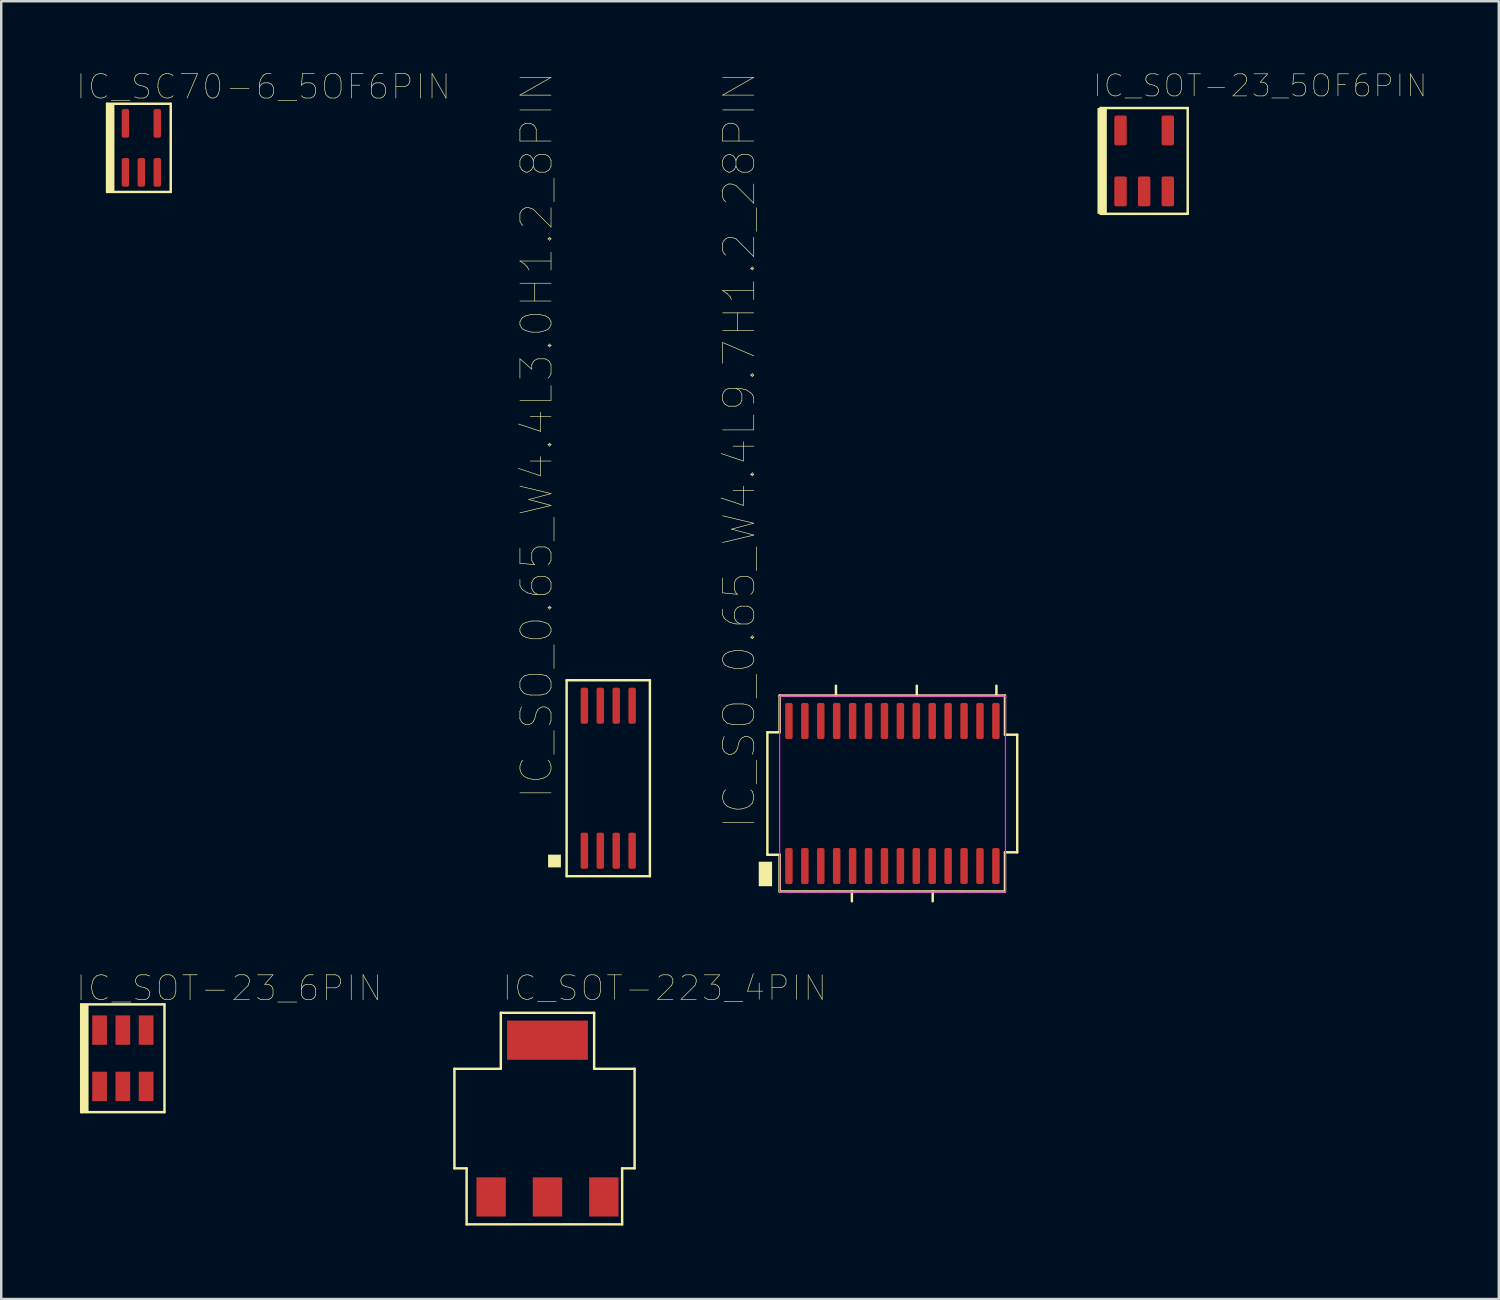
<source format=kicad_pcb>
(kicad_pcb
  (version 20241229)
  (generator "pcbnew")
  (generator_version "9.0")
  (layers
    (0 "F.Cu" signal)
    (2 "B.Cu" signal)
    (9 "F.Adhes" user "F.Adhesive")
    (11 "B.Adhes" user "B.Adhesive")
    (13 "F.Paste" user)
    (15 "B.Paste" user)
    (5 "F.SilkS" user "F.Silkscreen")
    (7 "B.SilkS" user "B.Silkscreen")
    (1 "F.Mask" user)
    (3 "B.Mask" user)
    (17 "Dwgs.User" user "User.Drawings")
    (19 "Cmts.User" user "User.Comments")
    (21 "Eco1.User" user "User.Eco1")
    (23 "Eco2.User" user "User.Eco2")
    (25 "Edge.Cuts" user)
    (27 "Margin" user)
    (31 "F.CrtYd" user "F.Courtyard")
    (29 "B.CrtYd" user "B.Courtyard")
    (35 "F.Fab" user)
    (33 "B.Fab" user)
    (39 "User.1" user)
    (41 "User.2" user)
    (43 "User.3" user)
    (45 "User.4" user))
  (footprint "IC_SOT-23_5OF6PIN"
    (layer "F.Cu")
    (at 43.662 3.52)
    (property "Reference" "IC_SOT-23_5OF6PIN" (at -2.133 -2.544 0) (unlocked yes) (layer "F.SilkS") (effects (font (size 0.9 0.9) (thickness 0.025)) (justify left bottom)))
    (fp_line (start -1.778 -2.159) (end 1.778 -2.159) (stroke (width 0.1) (type solid)) (layer "F.SilkS"))
    (fp_line (start -1.778 2.159) (end -1.778 -2.159) (stroke (width 0.1) (type solid)) (layer "F.SilkS"))
    (fp_line (start -1.778 2.159) (end 1.778 2.159) (stroke (width 0.1) (type solid)) (layer "F.SilkS"))
    (fp_line (start 1.778 2.159) (end 1.778 -2.159) (stroke (width 0.1) (type solid)) (layer "F.SilkS"))
    (fp_poly (pts (xy -1.905 2.159) (xy -1.524 2.159) (xy -1.524 -2.159) (xy -1.905 -2.159)) (stroke (width 0) (type default)) (fill yes) (layer "F.SilkS"))
    (pad "1" smd roundrect (at -0.965 1.245 90) (size 1.219 0.508) (layers "F.Cu" "F.Mask" "F.Paste") (roundrect_rratio 0.15))
    (pad "2" smd roundrect (at 0 1.245 90) (size 1.219 0.508) (layers "F.Cu" "F.Mask" "F.Paste") (roundrect_rratio 0.15))
    (pad "3" smd roundrect (at 0.965 1.245 90) (size 1.219 0.508) (layers "F.Cu" "F.Mask" "F.Paste") (roundrect_rratio 0.15))
    (pad "4" smd roundrect (at 0.965 -1.245 90) (size 1.219 0.508) (layers "F.Cu" "F.Mask" "F.Paste") (roundrect_rratio 0.15))
    (pad "5" smd roundrect (at -0.965 -1.245 90) (size 1.219 0.508) (layers "F.Cu" "F.Mask" "F.Paste") (roundrect_rratio 0.15)))
  (footprint "IC_SO_0.65_W4.4L9.7H1.2_28PIN"
    (layer "F.Cu")
    (at 33.379 29.346)
    (property "Reference" "IC_SO_0.65_W4.4L9.7H1.2_28PIN" (at -5.5 1.5 90) (unlocked yes) (layer "F.SilkS") (effects (font (size 1.27 1.27) (thickness 0.025)) (justify left bottom)))
    (fp_line (start -5.1 -2.5) (end -5.1 2.5) (stroke (width 0.1) (type solid)) (layer "F.SilkS"))
    (fp_line (start -5.1 -2.5) (end -4.6 -2.5) (stroke (width 0.1) (type solid)) (layer "F.SilkS"))
    (fp_line (start -5.1 2.5) (end -4.6 2.5) (stroke (width 0.1) (type solid)) (layer "F.SilkS"))
    (fp_line (start -4.6 -4) (end -4.6 -2.5) (stroke (width 0.1) (type solid)) (layer "F.SilkS"))
    (fp_line (start -4.6 -4) (end 4.6 -4) (stroke (width 0.1) (type solid)) (layer "F.SilkS"))
    (fp_line (start -4.6 2.5) (end -4.6 4) (stroke (width 0.1) (type solid)) (layer "F.SilkS"))
    (fp_line (start -4.6 4) (end 4.6 4) (stroke (width 0.1) (type solid)) (layer "F.SilkS"))
    (fp_line (start -2.3 -4.4) (end -2.3 -4) (stroke (width 0.1) (type solid)) (layer "F.SilkS"))
    (fp_line (start -1.65 4) (end -1.65 4.4) (stroke (width 0.1) (type solid)) (layer "F.SilkS"))
    (fp_line (start 1 -4.4) (end 1 -4) (stroke (width 0.1) (type solid)) (layer "F.SilkS"))
    (fp_line (start 1.65 4) (end 1.65 4.4) (stroke (width 0.1) (type solid)) (layer "F.SilkS"))
    (fp_line (start 4.25 -4.4) (end 4.25 -4) (stroke (width 0.1) (type solid)) (layer "F.SilkS"))
    (fp_line (start 4.6 -4) (end 4.6 -2.4) (stroke (width 0.1) (type solid)) (layer "F.SilkS"))
    (fp_line (start 4.6 -2.4) (end 5.1 -2.4) (stroke (width 0.1) (type solid)) (layer "F.SilkS"))
    (fp_line (start 4.6 2.4) (end 4.6 4) (stroke (width 0.1) (type solid)) (layer "F.SilkS"))
    (fp_line (start 4.6 2.4) (end 5.1 2.4) (stroke (width 0.1) (type solid)) (layer "F.SilkS"))
    (fp_line (start 5.1 -2.4) (end 5.1 2.4) (stroke (width 0.1) (type solid)) (layer "F.SilkS"))
    (fp_poly (pts (xy -5.452 2.785) (xy -5.452 3.785) (xy -4.908 3.785) (xy -4.908 2.785)) (stroke (width 0) (type default)) (fill yes) (layer "F.SilkS"))
    (fp_rect (start -4.6 -3.98) (end 4.62 4.02) (stroke (width 0.05) (type default)) (fill no) (layer "F.CrtYd"))
    (pad "1" smd roundrect (at -4.22 2.96 90) (size 1.473 0.305) (layers "F.Cu" "F.Mask" "F.Paste") (roundrect_rratio 0.25))
    (pad "2" smd roundrect (at -3.57 2.96 90) (size 1.473 0.305) (layers "F.Cu" "F.Mask" "F.Paste") (roundrect_rratio 0.25))
    (pad "3" smd roundrect (at -2.92 2.96 90) (size 1.473 0.305) (layers "F.Cu" "F.Mask" "F.Paste") (roundrect_rratio 0.25))
    (pad "4" smd roundrect (at -2.27 2.96 90) (size 1.473 0.305) (layers "F.Cu" "F.Mask" "F.Paste") (roundrect_rratio 0.25))
    (pad "5" smd roundrect (at -1.62 2.96 90) (size 1.473 0.305) (layers "F.Cu" "F.Mask" "F.Paste") (roundrect_rratio 0.25))
    (pad "6" smd roundrect (at -0.97 2.96 90) (size 1.473 0.305) (layers "F.Cu" "F.Mask" "F.Paste") (roundrect_rratio 0.25))
    (pad "7" smd roundrect (at -0.32 2.96 90) (size 1.473 0.305) (layers "F.Cu" "F.Mask" "F.Paste") (roundrect_rratio 0.25))
    (pad "8" smd roundrect (at 0.33 2.96 90) (size 1.473 0.305) (layers "F.Cu" "F.Mask" "F.Paste") (roundrect_rratio 0.25))
    (pad "9" smd roundrect (at 0.98 2.96 90) (size 1.473 0.305) (layers "F.Cu" "F.Mask" "F.Paste") (roundrect_rratio 0.25))
    (pad "10" smd roundrect (at 1.63 2.96 90) (size 1.473 0.305) (layers "F.Cu" "F.Mask" "F.Paste") (roundrect_rratio 0.25))
    (pad "11" smd roundrect (at 2.28 2.96 90) (size 1.473 0.305) (layers "F.Cu" "F.Mask" "F.Paste") (roundrect_rratio 0.25))
    (pad "12" smd roundrect (at 2.93 2.96 90) (size 1.473 0.305) (layers "F.Cu" "F.Mask" "F.Paste") (roundrect_rratio 0.25))
    (pad "13" smd roundrect (at 3.58 2.96 90) (size 1.473 0.305) (layers "F.Cu" "F.Mask" "F.Paste") (roundrect_rratio 0.25))
    (pad "14" smd roundrect (at 4.23 2.96 90) (size 1.473 0.305) (layers "F.Cu" "F.Mask" "F.Paste") (roundrect_rratio 0.25))
    (pad "15" smd roundrect (at 4.23 -2.96 90) (size 1.473 0.305) (layers "F.Cu" "F.Mask" "F.Paste") (roundrect_rratio 0.25))
    (pad "16" smd roundrect (at 3.58 -2.96 90) (size 1.473 0.305) (layers "F.Cu" "F.Mask" "F.Paste") (roundrect_rratio 0.25))
    (pad "17" smd roundrect (at 2.93 -2.96 90) (size 1.473 0.305) (layers "F.Cu" "F.Mask" "F.Paste") (roundrect_rratio 0.25))
    (pad "18" smd roundrect (at 2.28 -2.96 90) (size 1.473 0.305) (layers "F.Cu" "F.Mask" "F.Paste") (roundrect_rratio 0.25))
    (pad "19" smd roundrect (at 1.63 -2.96 90) (size 1.473 0.305) (layers "F.Cu" "F.Mask" "F.Paste") (roundrect_rratio 0.25))
    (pad "20" smd roundrect (at 0.98 -2.96 90) (size 1.473 0.305) (layers "F.Cu" "F.Mask" "F.Paste") (roundrect_rratio 0.25))
    (pad "21" smd roundrect (at 0.33 -2.96 90) (size 1.473 0.305) (layers "F.Cu" "F.Mask" "F.Paste") (roundrect_rratio 0.25))
    (pad "22" smd roundrect (at -0.32 -2.96 90) (size 1.473 0.305) (layers "F.Cu" "F.Mask" "F.Paste") (roundrect_rratio 0.25))
    (pad "23" smd roundrect (at -0.97 -2.96 90) (size 1.473 0.305) (layers "F.Cu" "F.Mask" "F.Paste") (roundrect_rratio 0.25))
    (pad "24" smd roundrect (at -1.62 -2.96 90) (size 1.473 0.305) (layers "F.Cu" "F.Mask" "F.Paste") (roundrect_rratio 0.25))
    (pad "25" smd roundrect (at -2.27 -2.96 90) (size 1.473 0.305) (layers "F.Cu" "F.Mask" "F.Paste") (roundrect_rratio 0.25))
    (pad "26" smd roundrect (at -2.92 -2.96 90) (size 1.473 0.305) (layers "F.Cu" "F.Mask" "F.Paste") (roundrect_rratio 0.25))
    (pad "27" smd roundrect (at -3.57 -2.96 90) (size 1.473 0.305) (layers "F.Cu" "F.Mask" "F.Paste") (roundrect_rratio 0.25))
    (pad "28" smd roundrect (at -4.22 -2.96 90) (size 1.473 0.305) (layers "F.Cu" "F.Mask" "F.Paste") (roundrect_rratio 0.25)))
  (footprint "IC_SC70-6_5OF6PIN"
    (layer "F.Cu")
    (at 2.721 2.986)
    (property "Reference" "IC_SC70-6_5OF6PIN" (at -2.721 -1.91 0) (unlocked yes) (layer "F.SilkS") (effects (font (size 1 1) (thickness 0.025)) (justify left bottom)))
    (fp_line (start -1.4 -1.8) (end -1.4 1.8) (stroke (width 0.1) (type solid)) (layer "F.SilkS"))
    (fp_line (start -1.4 -1.8) (end 1.2 -1.8) (stroke (width 0.1) (type solid)) (layer "F.SilkS"))
    (fp_line (start -1.4 1.8) (end 1.2 1.8) (stroke (width 0.1) (type solid)) (layer "F.SilkS"))
    (fp_line (start 1.2 -1.8) (end 1.2 1.8) (stroke (width 0.1) (type solid)) (layer "F.SilkS"))
    (fp_poly (pts (xy -1.1 1.8) (xy -1.4 1.8) (xy -1.4 -1.8) (xy -1.1 -1.8)) (stroke (width 0) (type default)) (fill yes) (layer "F.SilkS"))
    (pad "1" smd roundrect (at -0.65 1 270) (size 1.168 0.305) (layers "F.Cu" "F.Mask" "F.Paste") (roundrect_rratio 0.25))
    (pad "2" smd roundrect (at 0 1 270) (size 1.168 0.305) (layers "F.Cu" "F.Mask" "F.Paste") (roundrect_rratio 0.25))
    (pad "3" smd roundrect (at 0.65 1 270) (size 1.168 0.305) (layers "F.Cu" "F.Mask" "F.Paste") (roundrect_rratio 0.25))
    (pad "4" smd roundrect (at 0.65 -1 270) (size 1.168 0.305) (layers "F.Cu" "F.Mask" "F.Paste") (roundrect_rratio 0.25))
    (pad "5" smd roundrect (at -0.65 -1 270) (size 1.168 0.305) (layers "F.Cu" "F.Mask" "F.Paste") (roundrect_rratio 0.25)))
  (footprint "IC_SO_0.65_W4.4L3.0H1.2_8PIN"
    (layer "F.Cu")
    (at 21.783 28.722)
    (property "Reference" "IC_SO_0.65_W4.4L3.0H1.2_8PIN" (at -2.18 0.915 90) (unlocked yes) (layer "F.SilkS") (effects (font (size 1.27 1.27) (thickness 0.025)) (justify left bottom)))
    (fp_line (start -1.7 -4) (end -1.7 4) (stroke (width 0.1) (type solid)) (layer "F.SilkS"))
    (fp_line (start 1.7 -4) (end -1.7 -4) (stroke (width 0.1) (type solid)) (layer "F.SilkS"))
    (fp_line (start 1.7 -4) (end 1.7 4) (stroke (width 0.1) (type solid)) (layer "F.SilkS"))
    (fp_line (start 1.7 4) (end -1.7 4) (stroke (width 0.1) (type solid)) (layer "F.SilkS"))
    (fp_poly (pts (xy -2.456 3.64) (xy -2.456 3.12) (xy -1.934 3.12) (xy -1.934 3.64)) (stroke (width 0) (type default)) (fill yes) (layer "F.SilkS"))
    (pad "1" smd roundrect (at -0.975 2.96 270) (size 1.473 0.305) (layers "F.Cu" "F.Mask" "F.Paste") (roundrect_rratio 0.25))
    (pad "2" smd roundrect (at -0.325 2.96 270) (size 1.473 0.305) (layers "F.Cu" "F.Mask" "F.Paste") (roundrect_rratio 0.25))
    (pad "3" smd roundrect (at 0.325 2.96 270) (size 1.473 0.305) (layers "F.Cu" "F.Mask" "F.Paste") (roundrect_rratio 0.25))
    (pad "4" smd roundrect (at 0.975 2.96 270) (size 1.473 0.305) (layers "F.Cu" "F.Mask" "F.Paste") (roundrect_rratio 0.25))
    (pad "5" smd roundrect (at 0.975 -2.96 270) (size 1.473 0.305) (layers "F.Cu" "F.Mask" "F.Paste") (roundrect_rratio 0.25))
    (pad "6" smd roundrect (at 0.325 -2.96 270) (size 1.473 0.305) (layers "F.Cu" "F.Mask" "F.Paste") (roundrect_rratio 0.25))
    (pad "7" smd roundrect (at -0.325 -2.96 270) (size 1.473 0.305) (layers "F.Cu" "F.Mask" "F.Paste") (roundrect_rratio 0.25))
    (pad "8" smd roundrect (at -0.975 -2.96 270) (size 1.473 0.305) (layers "F.Cu" "F.Mask" "F.Paste") (roundrect_rratio 0.25)))
  (footprint "IC_SOT-223_4PIN"
    (layer "F.Cu")
    (at 19.302 42.617)
    (property "Reference" "IC_SOT-223_4PIN" (at -1.898 -4.744 0) (unlocked yes) (layer "F.SilkS") (effects (font (size 1 1) (thickness 0.025)) (justify left bottom)))
    (fp_line (start -3.8 -2.032) (end -1.905 -2.032) (stroke (width 0.1) (type solid)) (layer "F.SilkS"))
    (fp_line (start -3.8 2.032) (end -3.8 -2.032) (stroke (width 0.1) (type solid)) (layer "F.SilkS"))
    (fp_line (start -3.8 2.032) (end -3.302 2.032) (stroke (width 0.1) (type solid)) (layer "F.SilkS"))
    (fp_line (start -3.302 4.318) (end -3.302 2.032) (stroke (width 0.1) (type solid)) (layer "F.SilkS"))
    (fp_line (start -3.302 4.318) (end 3.048 4.318) (stroke (width 0.1) (type solid)) (layer "F.SilkS"))
    (fp_line (start -1.905 -4.318) (end 1.905 -4.318) (stroke (width 0.1) (type solid)) (layer "F.SilkS"))
    (fp_line (start -1.905 -2.032) (end -1.905 -4.318) (stroke (width 0.1) (type solid)) (layer "F.SilkS"))
    (fp_line (start 1.905 -2.032) (end 1.905 -4.318) (stroke (width 0.1) (type solid)) (layer "F.SilkS"))
    (fp_line (start 1.905 -2.032) (end 3.556 -2.032) (stroke (width 0.1) (type solid)) (layer "F.SilkS"))
    (fp_line (start 3.048 2.032) (end 3.556 2.032) (stroke (width 0.1) (type solid)) (layer "F.SilkS"))
    (fp_line (start 3.048 4.318) (end 3.048 2.032) (stroke (width 0.1) (type solid)) (layer "F.SilkS"))
    (fp_line (start 3.556 2.032) (end 3.556 -2.032) (stroke (width 0.1) (type solid)) (layer "F.SilkS"))
    (pad "1" smd rect (at -2.3 3.2 270) (size 1.6 1.2) (layers "F.Cu" "F.Mask" "F.Paste"))
    (pad "2" smd rect (at 0 3.2 270) (size 1.6 1.2) (layers "F.Cu" "F.Mask" "F.Paste"))
    (pad "3" smd rect (at 2.3 3.2 270) (size 1.6 1.2) (layers "F.Cu" "F.Mask" "F.Paste"))
    (pad "4" smd rect (at 0 -3.2 180) (size 3.3 1.6) (layers "F.Cu" "F.Mask" "F.Paste")))
  (footprint "IC_SOT-23_6PIN"
    (layer "F.Cu")
    (at 1.965 40.155)
    (property "Reference" "IC_SOT-23_6PIN" (at -1.965 -2.266 0) (unlocked yes) (layer "F.SilkS") (effects (font (size 1.016 1.016) (thickness 0.025)) (justify left bottom)))
    (fp_line (start -1.7 2.2) (end -1.7 -2.2) (stroke (width 0.1) (type solid)) (layer "F.SilkS"))
    (fp_line (start 1.7 -2.2) (end -1.7 -2.2) (stroke (width 0.1) (type solid)) (layer "F.SilkS"))
    (fp_line (start 1.7 2.2) (end -1.7 2.2) (stroke (width 0.1) (type solid)) (layer "F.SilkS"))
    (fp_line (start 1.7 2.2) (end 1.7 -2.2) (stroke (width 0.1) (type solid)) (layer "F.SilkS"))
    (fp_poly (pts (xy -1.7 -2.2) (xy -1.4 -2.2) (xy -1.4 2.2) (xy -1.7 2.2)) (stroke (width 0) (type default)) (fill yes) (layer "F.SilkS"))
    (pad "1" smd rect (at -0.95 1.15 180) (size 0.6 1.2) (layers "F.Cu" "F.Mask" "F.Paste"))
    (pad "2" smd rect (at 0 1.15 180) (size 0.6 1.2) (layers "F.Cu" "F.Mask" "F.Paste"))
    (pad "3" smd rect (at 0.95 1.15 180) (size 0.6 1.2) (layers "F.Cu" "F.Mask" "F.Paste"))
    (pad "4" smd rect (at 0.95 -1.15 180) (size 0.6 1.2) (layers "F.Cu" "F.Mask" "F.Paste"))
    (pad "5" smd rect (at 0 -1.15 180) (size 0.6 1.2) (layers "F.Cu" "F.Mask" "F.Paste"))
    (pad "6" smd rect (at -0.95 -1.15 180) (size 0.6 1.2) (layers "F.Cu" "F.Mask" "F.Paste")))
  (gr_rect
    (start -3 -3)
    (end 58.14 49.985)
    (stroke (width 0.1) (type default))
    (fill no)
    (layer "Edge.Cuts")))
</source>
